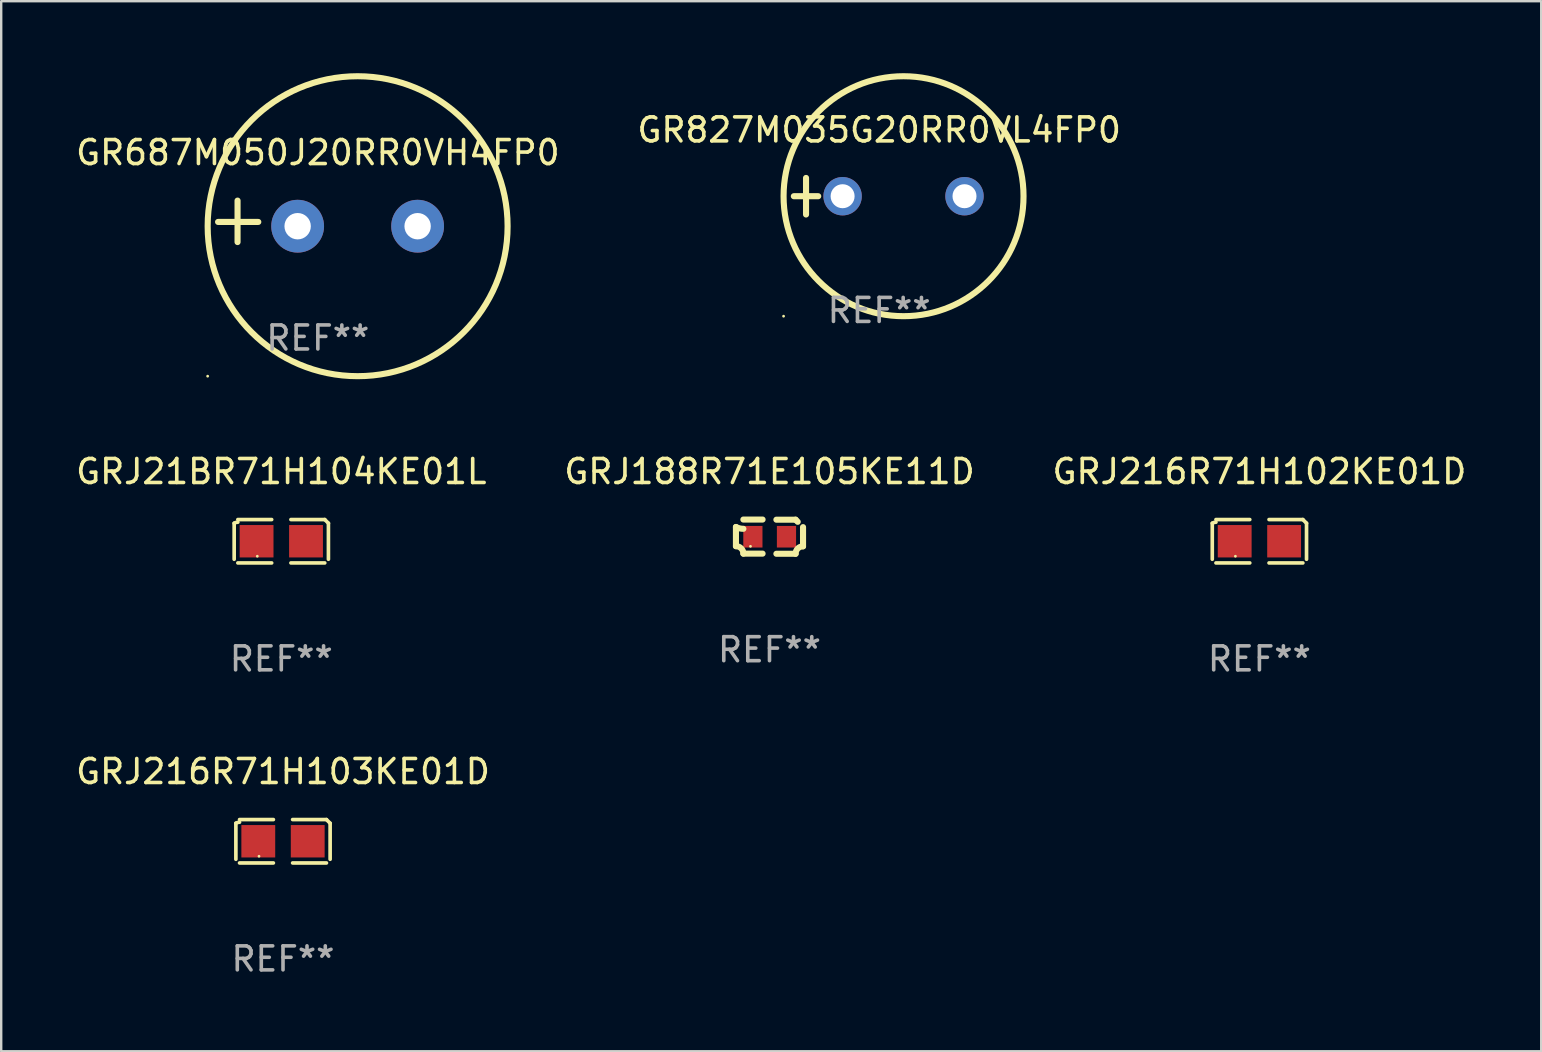
<source format=kicad_pcb>
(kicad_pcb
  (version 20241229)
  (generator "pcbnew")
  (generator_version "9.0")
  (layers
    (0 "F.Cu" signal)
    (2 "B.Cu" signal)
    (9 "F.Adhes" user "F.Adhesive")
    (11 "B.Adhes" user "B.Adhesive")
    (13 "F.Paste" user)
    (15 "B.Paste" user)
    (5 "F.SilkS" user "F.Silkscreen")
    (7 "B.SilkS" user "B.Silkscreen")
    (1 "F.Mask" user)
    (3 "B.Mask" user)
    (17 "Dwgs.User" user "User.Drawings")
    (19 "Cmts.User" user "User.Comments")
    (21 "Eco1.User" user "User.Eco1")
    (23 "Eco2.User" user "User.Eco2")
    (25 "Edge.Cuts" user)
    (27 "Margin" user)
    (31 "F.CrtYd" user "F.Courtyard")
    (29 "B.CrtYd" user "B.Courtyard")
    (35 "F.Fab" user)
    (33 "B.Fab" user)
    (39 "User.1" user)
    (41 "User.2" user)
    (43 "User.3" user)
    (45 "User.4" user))
  (footprint "GRJ216R71H103KE01D"
    (layer "F.Cu")
    (at 8.744 32.009)
    (property "Reference" "GRJ216R71H103KE01D" (at 0 -2.904 0) (layer "F.SilkS") (effects (font (size 1 1) (thickness 0.15))))
    (attr through_hole)
    (fp_line (start -1.964 0.751) (end -1.964 -0.751) (stroke (width 0.152) (type solid)) (layer "F.SilkS"))
    (fp_line (start -1.811 -0.904) (end -0.401 -0.904) (stroke (width 0.152) (type solid)) (layer "F.SilkS"))
    (fp_line (start -0.401 0.904) (end -1.811 0.904) (stroke (width 0.152) (type solid)) (layer "F.SilkS"))
    (fp_line (start 0.401 0.904) (end 1.811 0.904) (stroke (width 0.152) (type solid)) (layer "F.SilkS"))
    (fp_line (start 1.811 -0.904) (end 0.401 -0.904) (stroke (width 0.152) (type solid)) (layer "F.SilkS"))
    (fp_line (start 1.964 0.751) (end 1.964 -0.751) (stroke (width 0.152) (type solid)) (layer "F.SilkS"))
    (fp_arc (start -1.963602 -0.751207) (mid -1.890354 -0.783131) (end -1.811201 -0.794044) (stroke (width 0.1524) (type solid)) (layer "F.SilkS"))
    (fp_arc (start 1.811202 -0.903607) (mid 1.887413 -0.827418) (end 1.963602 -0.751207) (stroke (width 0.1524) (type solid)) (layer "F.SilkS"))
    (fp_circle (center -1 0.625) (end -0.97 0.625) (stroke (width 0.06) (type solid)) (fill no) (layer "F.SilkS"))
    (fp_text user "REF**" (at 0 4.904 0) (layer "F.Fab") (effects (font (size 1 1) (thickness 0.15))))
    (pad "1" smd rect (at -1.03 0) (size 1.41 1.35) (layers "F.Cu" "F.Mask" "F.Paste"))
    (pad "2" smd rect (at 1.03 0) (size 1.41 1.35) (layers "F.Cu" "F.Mask" "F.Paste")))
  (footprint "GRJ216R71H102KE01D"
    (layer "F.Cu")
    (at 49.435 19.506)
    (property "Reference" "GRJ216R71H102KE01D" (at 0 -2.904 0) (layer "F.SilkS") (effects (font (size 1 1) (thickness 0.15))))
    (attr through_hole)
    (fp_line (start -1.964 0.751) (end -1.964 -0.751) (stroke (width 0.152) (type solid)) (layer "F.SilkS"))
    (fp_line (start -1.811 -0.904) (end -0.401 -0.904) (stroke (width 0.152) (type solid)) (layer "F.SilkS"))
    (fp_line (start -0.401 0.904) (end -1.811 0.904) (stroke (width 0.152) (type solid)) (layer "F.SilkS"))
    (fp_line (start 0.401 0.904) (end 1.811 0.904) (stroke (width 0.152) (type solid)) (layer "F.SilkS"))
    (fp_line (start 1.811 -0.904) (end 0.401 -0.904) (stroke (width 0.152) (type solid)) (layer "F.SilkS"))
    (fp_line (start 1.964 0.751) (end 1.964 -0.751) (stroke (width 0.152) (type solid)) (layer "F.SilkS"))
    (fp_arc (start -1.963602 -0.751207) (mid -1.890354 -0.783131) (end -1.811201 -0.794044) (stroke (width 0.1524) (type solid)) (layer "F.SilkS"))
    (fp_arc (start 1.811202 -0.903607) (mid 1.887413 -0.827418) (end 1.963602 -0.751207) (stroke (width 0.1524) (type solid)) (layer "F.SilkS"))
    (fp_circle (center -1 0.625) (end -0.97 0.625) (stroke (width 0.06) (type solid)) (fill no) (layer "F.SilkS"))
    (fp_text user "REF**" (at 0 4.904 0) (layer "F.Fab") (effects (font (size 1 1) (thickness 0.15))))
    (pad "1" smd rect (at -1.03 0) (size 1.41 1.35) (layers "F.Cu" "F.Mask" "F.Paste"))
    (pad "2" smd rect (at 1.03 0) (size 1.41 1.35) (layers "F.Cu" "F.Mask" "F.Paste")))
  (footprint "GR687M050J20RR0VH4FP0"
    (layer "F.Cu")
    (at 10.196 6.174)
    (property "Reference" "GR687M050J20RR0VH4FP0" (at 0 -2.864 0) (layer "F.SilkS") (effects (font (size 1 1) (thickness 0.15))))
    (attr through_hole)
    (fp_line (start -3.346 0.864) (end -3.346 -0.864) (stroke (width 0.254) (type solid)) (layer "F.SilkS"))
    (fp_line (start -2.482 0.025) (end -4.158 0.025) (stroke (width 0.254) (type solid)) (layer "F.SilkS"))
    (fp_circle (center -4.592 6.453) (end -4.562 6.453) (stroke (width 0.06) (type solid)) (fill no) (layer "F.SilkS"))
    (fp_circle (center 1.658 0.203) (end 7.908 0.203) (stroke (width 0.254) (type solid)) (fill no) (layer "F.SilkS"))
    (fp_text user "REF**" (at 0 4.864 0) (layer "F.Fab") (effects (font (size 1 1) (thickness 0.15))))
    (pad "1" thru_hole circle (at -0.842 0.203) (size 2.2 2.2) (drill 1.1) (layers "*.Cu" "*.Mask"))
    (pad "2" thru_hole circle (at 4.158 0.203) (size 2.2 2.2) (drill 1.1) (layers "*.Cu" "*.Mask")))
  (footprint "GRJ21BR71H104KE01L"
    (layer "F.Cu")
    (at 8.673 19.506)
    (property "Reference" "GRJ21BR71H104KE01L" (at 0 -2.904 0) (layer "F.SilkS") (effects (font (size 1 1) (thickness 0.15))))
    (attr through_hole)
    (fp_line (start -1.964 0.751) (end -1.964 -0.751) (stroke (width 0.152) (type solid)) (layer "F.SilkS"))
    (fp_line (start -1.811 -0.904) (end -0.401 -0.904) (stroke (width 0.152) (type solid)) (layer "F.SilkS"))
    (fp_line (start -0.401 0.904) (end -1.811 0.904) (stroke (width 0.152) (type solid)) (layer "F.SilkS"))
    (fp_line (start 0.401 0.904) (end 1.811 0.904) (stroke (width 0.152) (type solid)) (layer "F.SilkS"))
    (fp_line (start 1.811 -0.904) (end 0.401 -0.904) (stroke (width 0.152) (type solid)) (layer "F.SilkS"))
    (fp_line (start 1.964 0.751) (end 1.964 -0.751) (stroke (width 0.152) (type solid)) (layer "F.SilkS"))
    (fp_arc (start -1.963602 -0.751207) (mid -1.890354 -0.783131) (end -1.811201 -0.794044) (stroke (width 0.1524) (type solid)) (layer "F.SilkS"))
    (fp_arc (start 1.811202 -0.903607) (mid 1.887413 -0.827418) (end 1.963602 -0.751207) (stroke (width 0.1524) (type solid)) (layer "F.SilkS"))
    (fp_circle (center -1 0.625) (end -0.97 0.625) (stroke (width 0.06) (type solid)) (fill no) (layer "F.SilkS"))
    (fp_text user "REF**" (at 0 4.904 0) (layer "F.Fab") (effects (font (size 1 1) (thickness 0.15))))
    (pad "1" smd rect (at -1.03 0) (size 1.41 1.35) (layers "F.Cu" "F.Mask" "F.Paste"))
    (pad "2" smd rect (at 1.03 0) (size 1.41 1.35) (layers "F.Cu" "F.Mask" "F.Paste")))
  (footprint "GRJ188R71E105KE11D"
    (layer "F.Cu")
    (at 29.018 19.315)
    (property "Reference" "GRJ188R71E105KE11D" (at 0 -2.713 0) (layer "F.SilkS") (effects (font (size 1 1) (thickness 0.15))))
    (attr through_hole)
    (fp_line (start -1.398 -0.403) (end -1.398 0.397) (stroke (width 0.254) (type solid)) (layer "F.SilkS"))
    (fp_line (start -0.288 -0.713) (end -1.088 -0.713) (stroke (width 0.254) (type solid)) (layer "F.SilkS"))
    (fp_line (start -0.288 0.707) (end -1.088 0.707) (stroke (width 0.254) (type solid)) (layer "F.SilkS"))
    (fp_line (start 0.288 -0.707) (end 1.088 -0.707) (stroke (width 0.254) (type solid)) (layer "F.SilkS"))
    (fp_line (start 0.288 0.713) (end 1.088 0.713) (stroke (width 0.254) (type solid)) (layer "F.SilkS"))
    (fp_line (start 1.398 -0.397) (end 1.398 0.403) (stroke (width 0.254) (type solid)) (layer "F.SilkS"))
    (fp_arc (start -1.397789 0.397066) (mid -1.178701 0.487826) (end -1.08796 0.706922) (stroke (width 0.254001) (type solid)) (layer "F.SilkS"))
    (fp_arc (start -1.08796 -0.327176) (mid -1.247436 -0.346384) (end -1.39779 -0.402908) (stroke (width 0.254001) (type solid)) (layer "F.SilkS"))
    (fp_arc (start 1.087909 0.712738) (mid 1.178656 0.493655) (end 1.397739 0.402908) (stroke (width 0.254001) (type solid)) (layer "F.SilkS"))
    (fp_arc (start 1.175925 -0.618926) (mid 1.131917 -0.662923) (end 1.08791 -0.706922) (stroke (width 0.254001) (type solid)) (layer "F.SilkS"))
    (fp_circle (center -0.792 0.403) (end -0.762 0.403) (stroke (width 0.06) (type solid)) (fill no) (layer "F.SilkS"))
    (fp_text user "REF**" (at 0 4.713 0) (layer "F.Fab") (effects (font (size 1 1) (thickness 0.15))))
    (pad "1" smd rect (at -0.692 0.003) (size 0.8 0.9) (layers "F.Cu" "F.Mask" "F.Paste"))
    (pad "2" smd rect (at 0.708 0.003) (size 0.8 0.9) (layers "F.Cu" "F.Mask" "F.Paste")))
  (footprint "GR827M035G20RR0VL4FP0"
    (layer "F.Cu")
    (at 33.589 5.127)
    (property "Reference" "GR827M035G20RR0VL4FP0" (at 0 -2.762 0) (layer "F.SilkS") (effects (font (size 1 1) (thickness 0.15))))
    (attr through_hole)
    (fp_line (start -3.556 0) (end -2.54 0) (stroke (width 0.254) (type solid)) (layer "F.SilkS"))
    (fp_line (start -3.048 -0.762) (end -3.048 0.762) (stroke (width 0.254) (type solid)) (layer "F.SilkS"))
    (fp_circle (center -3.984 5) (end -3.954 5) (stroke (width 0.06) (type solid)) (fill no) (layer "F.SilkS"))
    (fp_circle (center 1.016 0) (end 6.016 0) (stroke (width 0.254) (type solid)) (fill no) (layer "F.SilkS"))
    (fp_text user "REF**" (at 0 4.762 0) (layer "F.Fab") (effects (font (size 1 1) (thickness 0.15))))
    (pad "1" thru_hole circle (at -1.524 0) (size 1.6 1.6) (drill 1) (layers "*.Cu" "*.Mask"))
    (pad "2" thru_hole circle (at 3.556 0) (size 1.6 1.6) (drill 1) (layers "*.Cu" "*.Mask")))
  (gr_rect
    (start -3 -3)
    (end 61.179 40.761)
    (stroke (width 0.1) (type default))
    (fill no)
    (layer "Edge.Cuts")))
</source>
